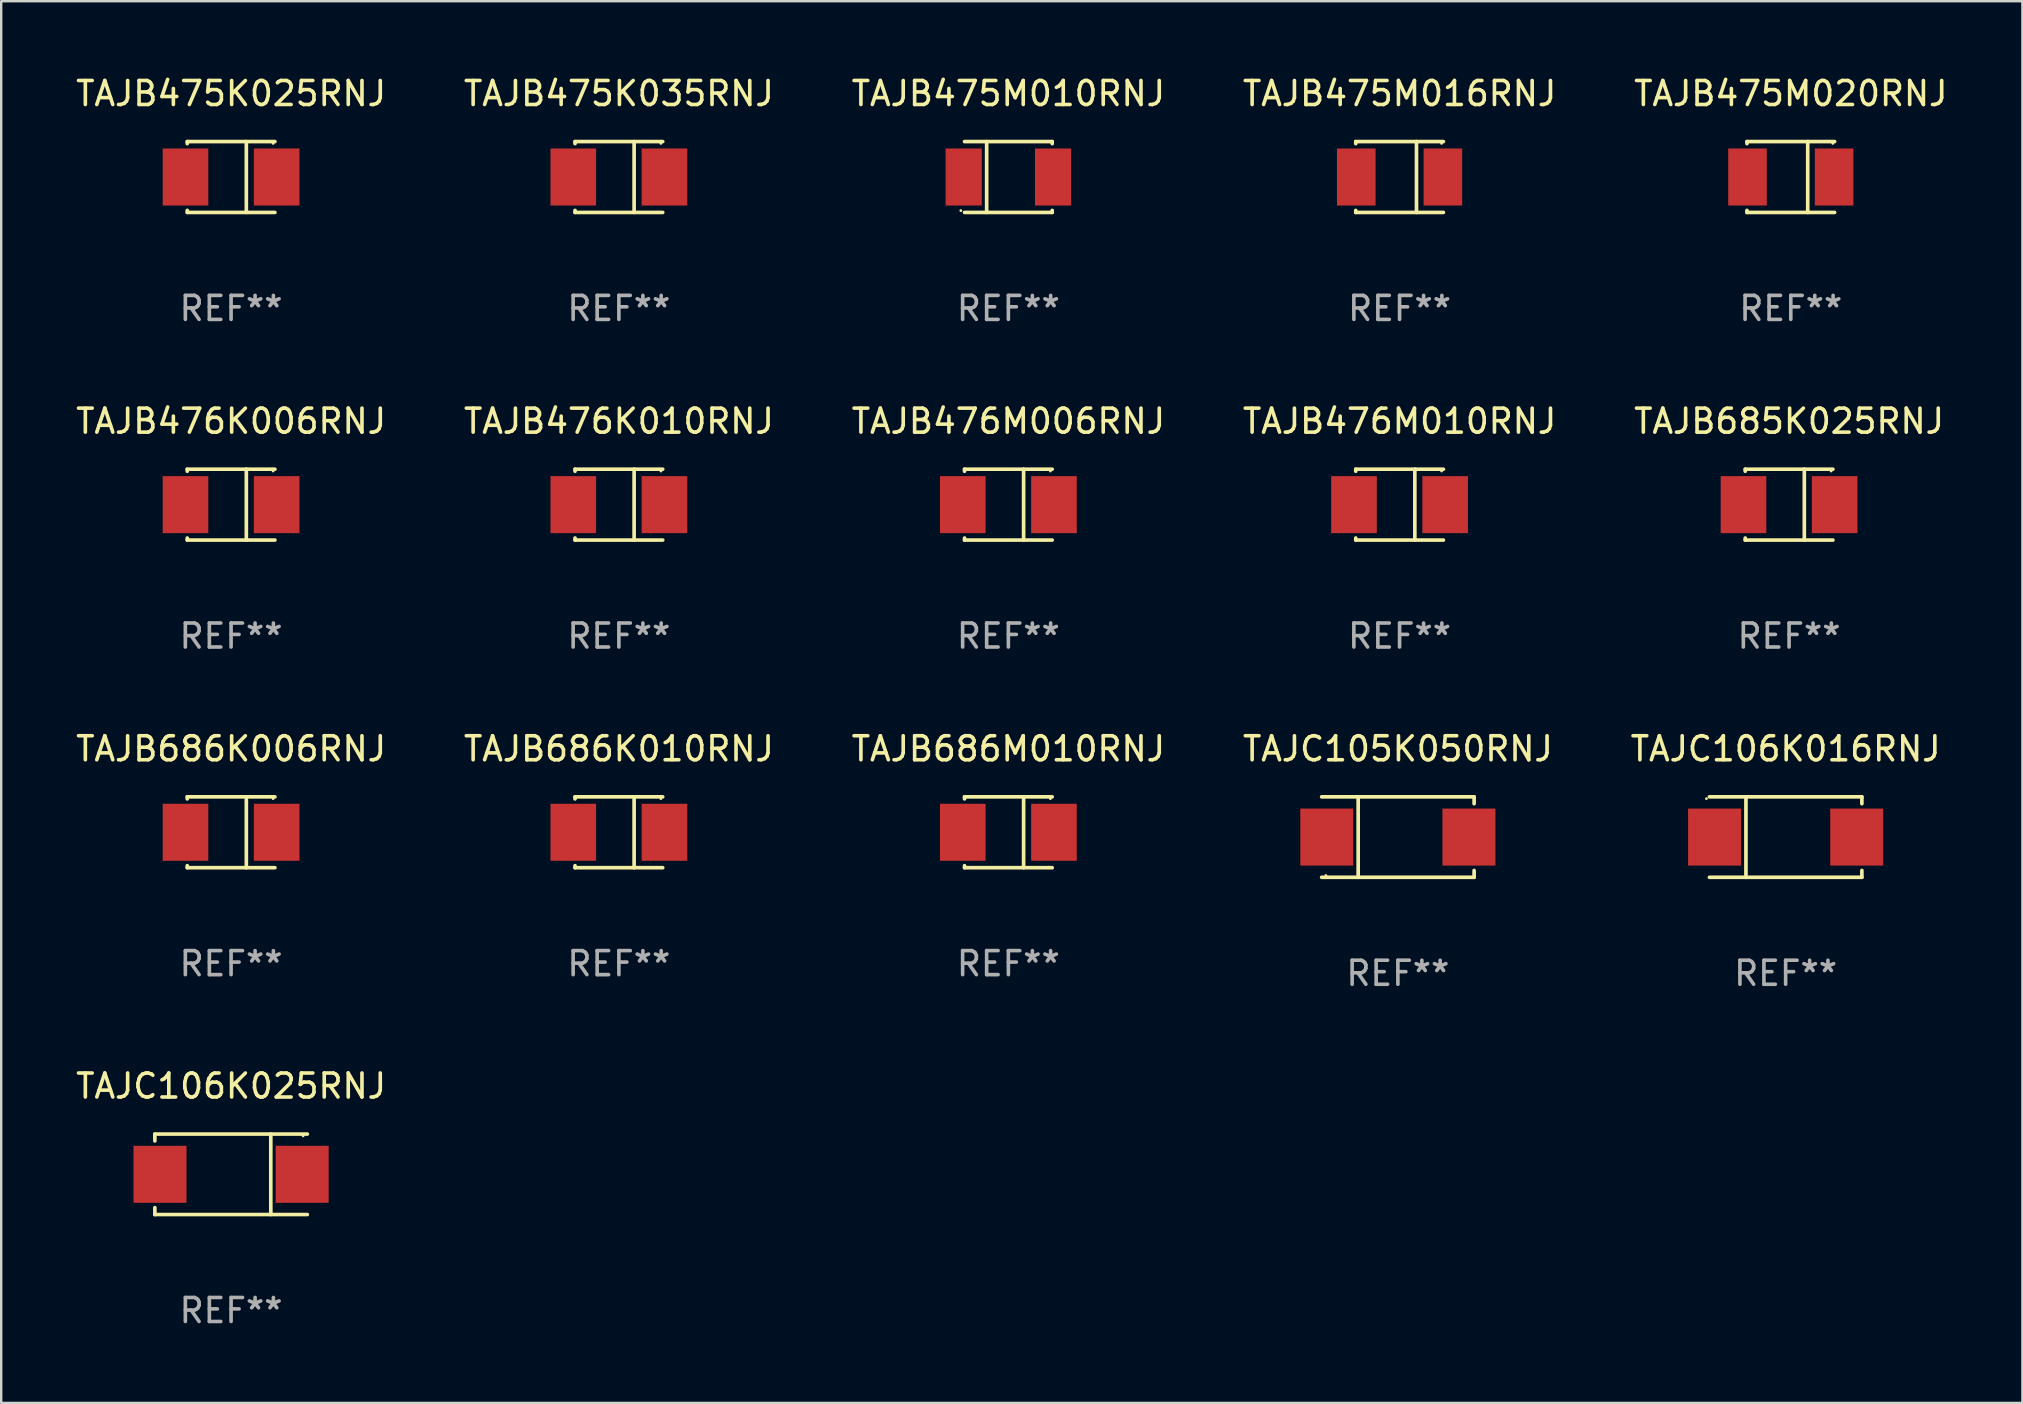
<source format=kicad_pcb>
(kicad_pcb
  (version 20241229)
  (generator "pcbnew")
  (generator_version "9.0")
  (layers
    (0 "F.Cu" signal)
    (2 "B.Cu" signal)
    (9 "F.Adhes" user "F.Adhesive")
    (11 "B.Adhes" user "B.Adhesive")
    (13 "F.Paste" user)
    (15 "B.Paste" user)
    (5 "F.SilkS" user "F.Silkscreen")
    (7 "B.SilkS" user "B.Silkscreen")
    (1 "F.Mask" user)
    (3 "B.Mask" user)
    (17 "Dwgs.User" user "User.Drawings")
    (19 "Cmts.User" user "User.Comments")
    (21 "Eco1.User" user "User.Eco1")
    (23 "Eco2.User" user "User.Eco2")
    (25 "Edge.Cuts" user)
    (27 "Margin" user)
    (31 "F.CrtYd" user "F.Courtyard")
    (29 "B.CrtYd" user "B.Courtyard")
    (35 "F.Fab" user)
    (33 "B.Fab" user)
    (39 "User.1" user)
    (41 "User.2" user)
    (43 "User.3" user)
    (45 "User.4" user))
  (footprint "TAJB686K010RNJ"
    (layer "F.Cu")
    (at 22.732 31.622)
    (property "Reference" "TAJB686K010RNJ" (at 0 -3.476 0) (layer "F.SilkS") (effects (font (size 1 1) (thickness 0.15))))
    (attr through_hole)
    (fp_line (start -1.826 -1.476) (end -1.826 -1.391) (stroke (width 0.152) (type solid)) (layer "F.SilkS"))
    (fp_line (start -1.826 -1.476) (end 1.826 -1.476) (stroke (width 0.152) (type solid)) (layer "F.SilkS"))
    (fp_line (start -1.826 1.476) (end -1.826 1.391) (stroke (width 0.152) (type solid)) (layer "F.SilkS"))
    (fp_line (start -1.826 1.476) (end 1.826 1.476) (stroke (width 0.152) (type solid)) (layer "F.SilkS"))
    (fp_line (start 0.635 -1.476) (end 0.635 1.476) (stroke (width 0.152) (type solid)) (layer "F.SilkS"))
    (fp_circle (center 1.75 -1.4) (end 1.78 -1.4) (stroke (width 0.06) (type solid)) (fill no) (layer "F.SilkS"))
    (fp_text user "REF**" (at 0 5.476 0) (layer "F.Fab") (effects (font (size 1 1) (thickness 0.15))))
    (pad "1" smd rect (at 1.899 0) (size 1.9 2.376) (layers "F.Cu" "F.Mask" "F.Paste"))
    (pad "2" smd rect (at -1.899 0) (size 1.9 2.376) (layers "F.Cu" "F.Mask" "F.Paste")))
  (footprint "TAJB475K025RNJ"
    (layer "F.Cu")
    (at 6.577 4.324)
    (property "Reference" "TAJB475K025RNJ" (at 0 -3.476 0) (layer "F.SilkS") (effects (font (size 1 1) (thickness 0.15))))
    (attr through_hole)
    (fp_line (start -1.826 -1.476) (end -1.826 -1.391) (stroke (width 0.152) (type solid)) (layer "F.SilkS"))
    (fp_line (start -1.826 -1.476) (end 1.826 -1.476) (stroke (width 0.152) (type solid)) (layer "F.SilkS"))
    (fp_line (start -1.826 1.476) (end -1.826 1.391) (stroke (width 0.152) (type solid)) (layer "F.SilkS"))
    (fp_line (start -1.826 1.476) (end 1.826 1.476) (stroke (width 0.152) (type solid)) (layer "F.SilkS"))
    (fp_line (start 0.635 -1.476) (end 0.635 1.476) (stroke (width 0.152) (type solid)) (layer "F.SilkS"))
    (fp_circle (center 1.75 -1.4) (end 1.78 -1.4) (stroke (width 0.06) (type solid)) (fill no) (layer "F.SilkS"))
    (fp_text user "REF**" (at 0 5.476 0) (layer "F.Fab") (effects (font (size 1 1) (thickness 0.15))))
    (pad "1" smd rect (at 1.899 0) (size 1.9 2.376) (layers "F.Cu" "F.Mask" "F.Paste"))
    (pad "2" smd rect (at -1.899 0) (size 1.9 2.376) (layers "F.Cu" "F.Mask" "F.Paste")))
  (footprint "TAJB476M010RNJ"
    (layer "F.Cu")
    (at 55.256 17.973)
    (property "Reference" "TAJB476M010RNJ" (at 0 -3.476 0) (layer "F.SilkS") (effects (font (size 1 1) (thickness 0.15))))
    (attr through_hole)
    (fp_line (start -1.826 -1.476) (end -1.826 -1.391) (stroke (width 0.152) (type solid)) (layer "F.SilkS"))
    (fp_line (start -1.826 -1.476) (end 1.826 -1.476) (stroke (width 0.152) (type solid)) (layer "F.SilkS"))
    (fp_line (start -1.826 1.476) (end -1.826 1.391) (stroke (width 0.152) (type solid)) (layer "F.SilkS"))
    (fp_line (start -1.826 1.476) (end 1.826 1.476) (stroke (width 0.152) (type solid)) (layer "F.SilkS"))
    (fp_line (start 0.635 -1.476) (end 0.635 1.476) (stroke (width 0.152) (type solid)) (layer "F.SilkS"))
    (fp_circle (center 1.75 -1.4) (end 1.78 -1.4) (stroke (width 0.06) (type solid)) (fill no) (layer "F.SilkS"))
    (fp_text user "REF**" (at 0 5.476 0) (layer "F.Fab") (effects (font (size 1 1) (thickness 0.15))))
    (pad "1" smd rect (at 1.899 0) (size 1.9 2.376) (layers "F.Cu" "F.Mask" "F.Paste"))
    (pad "2" smd rect (at -1.899 0) (size 1.9 2.376) (layers "F.Cu" "F.Mask" "F.Paste")))
  (footprint "TAJB475M020RNJ"
    (layer "F.Cu")
    (at 71.554 4.324)
    (property "Reference" "TAJB475M020RNJ" (at 0 -3.476 0) (layer "F.SilkS") (effects (font (size 1 1) (thickness 0.15))))
    (attr through_hole)
    (fp_line (start -1.826 -1.476) (end -1.826 -1.391) (stroke (width 0.152) (type solid)) (layer "F.SilkS"))
    (fp_line (start -1.826 -1.476) (end 1.826 -1.476) (stroke (width 0.152) (type solid)) (layer "F.SilkS"))
    (fp_line (start -1.826 1.476) (end -1.826 1.391) (stroke (width 0.152) (type solid)) (layer "F.SilkS"))
    (fp_line (start -1.826 1.476) (end 1.826 1.476) (stroke (width 0.152) (type solid)) (layer "F.SilkS"))
    (fp_line (start 0.704 -1.476) (end 0.704 1.476) (stroke (width 0.152) (type solid)) (layer "F.SilkS"))
    (fp_circle (center 1.75 -1.4) (end 1.78 -1.4) (stroke (width 0.06) (type solid)) (fill no) (layer "F.SilkS"))
    (fp_text user "REF**" (at 0 5.476 0) (layer "F.Fab") (effects (font (size 1 1) (thickness 0.15))))
    (pad "1" smd rect (at 1.804 0) (size 1.607 2.376) (layers "F.Cu" "F.Mask" "F.Paste"))
    (pad "2" smd rect (at -1.804 0) (size 1.607 2.376) (layers "F.Cu" "F.Mask" "F.Paste")))
  (footprint "TAJB686K006RNJ"
    (layer "F.Cu")
    (at 6.577 31.622)
    (property "Reference" "TAJB686K006RNJ" (at 0 -3.476 0) (layer "F.SilkS") (effects (font (size 1 1) (thickness 0.15))))
    (attr through_hole)
    (fp_line (start -1.826 -1.476) (end -1.826 -1.391) (stroke (width 0.152) (type solid)) (layer "F.SilkS"))
    (fp_line (start -1.826 -1.476) (end 1.826 -1.476) (stroke (width 0.152) (type solid)) (layer "F.SilkS"))
    (fp_line (start -1.826 1.476) (end -1.826 1.391) (stroke (width 0.152) (type solid)) (layer "F.SilkS"))
    (fp_line (start -1.826 1.476) (end 1.826 1.476) (stroke (width 0.152) (type solid)) (layer "F.SilkS"))
    (fp_line (start 0.635 -1.476) (end 0.635 1.476) (stroke (width 0.152) (type solid)) (layer "F.SilkS"))
    (fp_circle (center 1.75 -1.4) (end 1.78 -1.4) (stroke (width 0.06) (type solid)) (fill no) (layer "F.SilkS"))
    (fp_text user "REF**" (at 0 5.476 0) (layer "F.Fab") (effects (font (size 1 1) (thickness 0.15))))
    (pad "1" smd rect (at 1.899 0) (size 1.9 2.376) (layers "F.Cu" "F.Mask" "F.Paste"))
    (pad "2" smd rect (at -1.899 0) (size 1.9 2.376) (layers "F.Cu" "F.Mask" "F.Paste")))
  (footprint "TAJB685K025RNJ"
    (layer "F.Cu")
    (at 71.482 17.973)
    (property "Reference" "TAJB685K025RNJ" (at 0 -3.476 0) (layer "F.SilkS") (effects (font (size 1 1) (thickness 0.15))))
    (attr through_hole)
    (fp_line (start -1.826 -1.476) (end -1.826 -1.391) (stroke (width 0.152) (type solid)) (layer "F.SilkS"))
    (fp_line (start -1.826 -1.476) (end 1.826 -1.476) (stroke (width 0.152) (type solid)) (layer "F.SilkS"))
    (fp_line (start -1.826 1.476) (end -1.826 1.391) (stroke (width 0.152) (type solid)) (layer "F.SilkS"))
    (fp_line (start -1.826 1.476) (end 1.826 1.476) (stroke (width 0.152) (type solid)) (layer "F.SilkS"))
    (fp_line (start 0.635 -1.476) (end 0.635 1.476) (stroke (width 0.152) (type solid)) (layer "F.SilkS"))
    (fp_circle (center 1.75 -1.4) (end 1.78 -1.4) (stroke (width 0.06) (type solid)) (fill no) (layer "F.SilkS"))
    (fp_text user "REF**" (at 0 5.476 0) (layer "F.Fab") (effects (font (size 1 1) (thickness 0.15))))
    (pad "1" smd rect (at 1.899 0) (size 1.9 2.376) (layers "F.Cu" "F.Mask" "F.Paste"))
    (pad "2" smd rect (at -1.899 0) (size 1.9 2.376) (layers "F.Cu" "F.Mask" "F.Paste")))
  (footprint "TAJB475K035RNJ"
    (layer "F.Cu")
    (at 22.732 4.324)
    (property "Reference" "TAJB475K035RNJ" (at 0 -3.476 0) (layer "F.SilkS") (effects (font (size 1 1) (thickness 0.15))))
    (attr through_hole)
    (fp_line (start -1.826 -1.476) (end -1.826 -1.391) (stroke (width 0.152) (type solid)) (layer "F.SilkS"))
    (fp_line (start -1.826 -1.476) (end 1.826 -1.476) (stroke (width 0.152) (type solid)) (layer "F.SilkS"))
    (fp_line (start -1.826 1.476) (end -1.826 1.391) (stroke (width 0.152) (type solid)) (layer "F.SilkS"))
    (fp_line (start -1.826 1.476) (end 1.826 1.476) (stroke (width 0.152) (type solid)) (layer "F.SilkS"))
    (fp_line (start 0.635 -1.476) (end 0.635 1.476) (stroke (width 0.152) (type solid)) (layer "F.SilkS"))
    (fp_circle (center 1.75 -1.4) (end 1.78 -1.4) (stroke (width 0.06) (type solid)) (fill no) (layer "F.SilkS"))
    (fp_text user "REF**" (at 0 5.476 0) (layer "F.Fab") (effects (font (size 1 1) (thickness 0.15))))
    (pad "1" smd rect (at 1.899 0) (size 1.9 2.376) (layers "F.Cu" "F.Mask" "F.Paste"))
    (pad "2" smd rect (at -1.899 0) (size 1.9 2.376) (layers "F.Cu" "F.Mask" "F.Paste")))
  (footprint "TAJB476M006RNJ"
    (layer "F.Cu")
    (at 38.958 17.973)
    (property "Reference" "TAJB476M006RNJ" (at 0 -3.476 0) (layer "F.SilkS") (effects (font (size 1 1) (thickness 0.15))))
    (attr through_hole)
    (fp_line (start -1.826 -1.476) (end -1.826 -1.391) (stroke (width 0.152) (type solid)) (layer "F.SilkS"))
    (fp_line (start -1.826 -1.476) (end 1.826 -1.476) (stroke (width 0.152) (type solid)) (layer "F.SilkS"))
    (fp_line (start -1.826 1.476) (end -1.826 1.391) (stroke (width 0.152) (type solid)) (layer "F.SilkS"))
    (fp_line (start -1.826 1.476) (end 1.826 1.476) (stroke (width 0.152) (type solid)) (layer "F.SilkS"))
    (fp_line (start 0.635 -1.476) (end 0.635 1.476) (stroke (width 0.152) (type solid)) (layer "F.SilkS"))
    (fp_circle (center 1.75 -1.4) (end 1.78 -1.4) (stroke (width 0.06) (type solid)) (fill no) (layer "F.SilkS"))
    (fp_text user "REF**" (at 0 5.476 0) (layer "F.Fab") (effects (font (size 1 1) (thickness 0.15))))
    (pad "1" smd rect (at 1.899 0) (size 1.9 2.376) (layers "F.Cu" "F.Mask" "F.Paste"))
    (pad "2" smd rect (at -1.899 0) (size 1.9 2.376) (layers "F.Cu" "F.Mask" "F.Paste")))
  (footprint "TAJC106K025RNJ"
    (layer "F.Cu")
    (at 6.577 45.871)
    (property "Reference" "TAJC106K025RNJ" (at 0 -3.676 0) (layer "F.SilkS") (effects (font (size 1 1) (thickness 0.15))))
    (attr through_hole)
    (fp_line (start -3.176 -1.676) (end -3.176 -1.391) (stroke (width 0.152) (type solid)) (layer "F.SilkS"))
    (fp_line (start -3.176 -1.676) (end 3.176 -1.676) (stroke (width 0.152) (type solid)) (layer "F.SilkS"))
    (fp_line (start -3.176 1.676) (end -3.176 1.391) (stroke (width 0.152) (type solid)) (layer "F.SilkS"))
    (fp_line (start -3.176 1.676) (end 3.176 1.676) (stroke (width 0.152) (type solid)) (layer "F.SilkS"))
    (fp_line (start 1.654 -1.676) (end 1.654 1.676) (stroke (width 0.152) (type solid)) (layer "F.SilkS"))
    (fp_circle (center 3 -1.6) (end 3.03 -1.6) (stroke (width 0.06) (type solid)) (fill no) (layer "F.SilkS"))
    (fp_text user "REF**" (at 0 5.676 0) (layer "F.Fab") (effects (font (size 1 1) (thickness 0.15))))
    (pad "1" smd rect (at 2.961 0) (size 2.207 2.376) (layers "F.Cu" "F.Mask" "F.Paste"))
    (pad "2" smd rect (at -2.961 0) (size 2.207 2.376) (layers "F.Cu" "F.Mask" "F.Paste")))
  (footprint "TAJB476K010RNJ"
    (layer "F.Cu")
    (at 22.732 17.973)
    (property "Reference" "TAJB476K010RNJ" (at 0 -3.476 0) (layer "F.SilkS") (effects (font (size 1 1) (thickness 0.15))))
    (attr through_hole)
    (fp_line (start -1.826 -1.476) (end -1.826 -1.391) (stroke (width 0.152) (type solid)) (layer "F.SilkS"))
    (fp_line (start -1.826 -1.476) (end 1.826 -1.476) (stroke (width 0.152) (type solid)) (layer "F.SilkS"))
    (fp_line (start -1.826 1.476) (end -1.826 1.391) (stroke (width 0.152) (type solid)) (layer "F.SilkS"))
    (fp_line (start -1.826 1.476) (end 1.826 1.476) (stroke (width 0.152) (type solid)) (layer "F.SilkS"))
    (fp_line (start 0.635 -1.476) (end 0.635 1.476) (stroke (width 0.152) (type solid)) (layer "F.SilkS"))
    (fp_circle (center 1.75 -1.4) (end 1.78 -1.4) (stroke (width 0.06) (type solid)) (fill no) (layer "F.SilkS"))
    (fp_text user "REF**" (at 0 5.476 0) (layer "F.Fab") (effects (font (size 1 1) (thickness 0.15))))
    (pad "1" smd rect (at 1.899 0) (size 1.9 2.376) (layers "F.Cu" "F.Mask" "F.Paste"))
    (pad "2" smd rect (at -1.899 0) (size 1.9 2.376) (layers "F.Cu" "F.Mask" "F.Paste")))
  (footprint "TAJC106K016RNJ"
    (layer "F.Cu")
    (at 71.339 31.822)
    (property "Reference" "TAJC106K016RNJ" (at 0 -3.676 0) (layer "F.SilkS") (effects (font (size 1 1) (thickness 0.15))))
    (attr through_hole)
    (fp_line (start -1.654 1.676) (end -1.654 -1.676) (stroke (width 0.152) (type solid)) (layer "F.SilkS"))
    (fp_line (start 3.176 -1.676) (end -3.176 -1.676) (stroke (width 0.152) (type solid)) (layer "F.SilkS"))
    (fp_line (start 3.176 -1.676) (end 3.176 -1.391) (stroke (width 0.152) (type solid)) (layer "F.SilkS"))
    (fp_line (start 3.176 1.676) (end -3.176 1.676) (stroke (width 0.152) (type solid)) (layer "F.SilkS"))
    (fp_line (start 3.176 1.676) (end 3.176 1.391) (stroke (width 0.152) (type solid)) (layer "F.SilkS"))
    (fp_circle (center -3.3 -1.6) (end -3.27 -1.6) (stroke (width 0.06) (type solid)) (fill no) (layer "F.SilkS"))
    (fp_text user "REF**" (at 0 5.676 0) (layer "F.Fab") (effects (font (size 1 1) (thickness 0.15))))
    (pad "1" smd rect (at -2.961 0 180) (size 2.207 2.376) (layers "F.Cu" "F.Mask" "F.Paste"))
    (pad "2" smd rect (at 2.961 0 180) (size 2.207 2.376) (layers "F.Cu" "F.Mask" "F.Paste")))
  (footprint "TAJC105K050RNJ"
    (layer "F.Cu")
    (at 55.185 31.822)
    (property "Reference" "TAJC105K050RNJ" (at 0 -3.676 0) (layer "F.SilkS") (effects (font (size 1 1) (thickness 0.15))))
    (attr through_hole)
    (fp_line (start -1.654 1.676) (end -1.654 -1.676) (stroke (width 0.152) (type solid)) (layer "F.SilkS"))
    (fp_line (start 3.176 -1.676) (end -3.176 -1.676) (stroke (width 0.152) (type solid)) (layer "F.SilkS"))
    (fp_line (start 3.176 -1.676) (end 3.176 -1.391) (stroke (width 0.152) (type solid)) (layer "F.SilkS"))
    (fp_line (start 3.176 1.676) (end -3.176 1.676) (stroke (width 0.152) (type solid)) (layer "F.SilkS"))
    (fp_line (start 3.176 1.676) (end 3.176 1.391) (stroke (width 0.152) (type solid)) (layer "F.SilkS"))
    (fp_circle (center -3 1.6) (end -2.97 1.6) (stroke (width 0.06) (type solid)) (fill no) (layer "F.SilkS"))
    (fp_text user "REF**" (at 0 5.676 0) (layer "F.Fab") (effects (font (size 1 1) (thickness 0.15))))
    (pad "1" smd rect (at -2.961 -0.000051 180) (size 2.207 2.376) (layers "F.Cu" "F.Mask" "F.Paste"))
    (pad "2" smd rect (at 2.961 -0.000051 180) (size 2.207 2.376) (layers "F.Cu" "F.Mask" "F.Paste")))
  (footprint "TAJB475M010RNJ"
    (layer "F.Cu")
    (at 38.958 4.324)
    (property "Reference" "TAJB475M010RNJ" (at 0 -3.476 0) (layer "F.SilkS") (effects (font (size 1 1) (thickness 0.15))))
    (attr through_hole)
    (fp_line (start -0.904 1.476) (end -0.904 -1.476) (stroke (width 0.152) (type solid)) (layer "F.SilkS"))
    (fp_line (start 1.826 -1.476) (end -1.826 -1.476) (stroke (width 0.152) (type solid)) (layer "F.SilkS"))
    (fp_line (start 1.826 -1.476) (end 1.826 -1.391) (stroke (width 0.152) (type solid)) (layer "F.SilkS"))
    (fp_line (start 1.826 1.476) (end -1.826 1.476) (stroke (width 0.152) (type solid)) (layer "F.SilkS"))
    (fp_line (start 1.826 1.476) (end 1.826 1.391) (stroke (width 0.152) (type solid)) (layer "F.SilkS"))
    (fp_circle (center -1.98 1.4) (end -1.95 1.4) (stroke (width 0.06) (type solid)) (fill no) (layer "F.SilkS"))
    (fp_text user "REF**" (at 0 5.476 0) (layer "F.Fab") (effects (font (size 1 1) (thickness 0.15))))
    (pad "1" smd rect (at -1.861 0 180) (size 1.506 2.376) (layers "F.Cu" "F.Mask" "F.Paste"))
    (pad "2" smd rect (at 1.861 0 180) (size 1.506 2.376) (layers "F.Cu" "F.Mask" "F.Paste")))
  (footprint "TAJB475M016RNJ"
    (layer "F.Cu")
    (at 55.256 4.324)
    (property "Reference" "TAJB475M016RNJ" (at 0 -3.476 0) (layer "F.SilkS") (effects (font (size 1 1) (thickness 0.15))))
    (attr through_hole)
    (fp_line (start -1.826 -1.476) (end -1.826 -1.391) (stroke (width 0.152) (type solid)) (layer "F.SilkS"))
    (fp_line (start -1.826 -1.476) (end 1.826 -1.476) (stroke (width 0.152) (type solid)) (layer "F.SilkS"))
    (fp_line (start -1.826 1.476) (end -1.826 1.391) (stroke (width 0.152) (type solid)) (layer "F.SilkS"))
    (fp_line (start -1.826 1.476) (end 1.826 1.476) (stroke (width 0.152) (type solid)) (layer "F.SilkS"))
    (fp_line (start 0.704 -1.476) (end 0.704 1.476) (stroke (width 0.152) (type solid)) (layer "F.SilkS"))
    (fp_circle (center 1.75 -1.4) (end 1.78 -1.4) (stroke (width 0.06) (type solid)) (fill no) (layer "F.SilkS"))
    (fp_text user "REF**" (at 0 5.476 0) (layer "F.Fab") (effects (font (size 1 1) (thickness 0.15))))
    (pad "1" smd rect (at 1.804 0) (size 1.607 2.376) (layers "F.Cu" "F.Mask" "F.Paste"))
    (pad "2" smd rect (at -1.804 0) (size 1.607 2.376) (layers "F.Cu" "F.Mask" "F.Paste")))
  (footprint "TAJB476K006RNJ"
    (layer "F.Cu")
    (at 6.577 17.973)
    (property "Reference" "TAJB476K006RNJ" (at 0 -3.476 0) (layer "F.SilkS") (effects (font (size 1 1) (thickness 0.15))))
    (attr through_hole)
    (fp_line (start -1.826 -1.476) (end -1.826 -1.391) (stroke (width 0.152) (type solid)) (layer "F.SilkS"))
    (fp_line (start -1.826 -1.476) (end 1.826 -1.476) (stroke (width 0.152) (type solid)) (layer "F.SilkS"))
    (fp_line (start -1.826 1.476) (end -1.826 1.391) (stroke (width 0.152) (type solid)) (layer "F.SilkS"))
    (fp_line (start -1.826 1.476) (end 1.826 1.476) (stroke (width 0.152) (type solid)) (layer "F.SilkS"))
    (fp_line (start 0.635 -1.476) (end 0.635 1.476) (stroke (width 0.152) (type solid)) (layer "F.SilkS"))
    (fp_circle (center 1.75 -1.4) (end 1.78 -1.4) (stroke (width 0.06) (type solid)) (fill no) (layer "F.SilkS"))
    (fp_text user "REF**" (at 0 5.476 0) (layer "F.Fab") (effects (font (size 1 1) (thickness 0.15))))
    (pad "1" smd rect (at 1.899 0) (size 1.9 2.376) (layers "F.Cu" "F.Mask" "F.Paste"))
    (pad "2" smd rect (at -1.899 0) (size 1.9 2.376) (layers "F.Cu" "F.Mask" "F.Paste")))
  (footprint "TAJB686M010RNJ"
    (layer "F.Cu")
    (at 38.958 31.622)
    (property "Reference" "TAJB686M010RNJ" (at 0 -3.476 0) (layer "F.SilkS") (effects (font (size 1 1) (thickness 0.15))))
    (attr through_hole)
    (fp_line (start -1.826 -1.476) (end -1.826 -1.391) (stroke (width 0.152) (type solid)) (layer "F.SilkS"))
    (fp_line (start -1.826 -1.476) (end 1.826 -1.476) (stroke (width 0.152) (type solid)) (layer "F.SilkS"))
    (fp_line (start -1.826 1.476) (end -1.826 1.391) (stroke (width 0.152) (type solid)) (layer "F.SilkS"))
    (fp_line (start -1.826 1.476) (end 1.826 1.476) (stroke (width 0.152) (type solid)) (layer "F.SilkS"))
    (fp_line (start 0.635 -1.476) (end 0.635 1.476) (stroke (width 0.152) (type solid)) (layer "F.SilkS"))
    (fp_circle (center 1.75 -1.4) (end 1.78 -1.4) (stroke (width 0.06) (type solid)) (fill no) (layer "F.SilkS"))
    (fp_text user "REF**" (at 0 5.476 0) (layer "F.Fab") (effects (font (size 1 1) (thickness 0.15))))
    (pad "1" smd rect (at 1.899 0) (size 1.9 2.376) (layers "F.Cu" "F.Mask" "F.Paste"))
    (pad "2" smd rect (at -1.899 0) (size 1.9 2.376) (layers "F.Cu" "F.Mask" "F.Paste")))
  (gr_rect
    (start -3 -3)
    (end 81.202 55.395)
    (stroke (width 0.1) (type default))
    (fill no)
    (layer "Edge.Cuts")))
</source>
